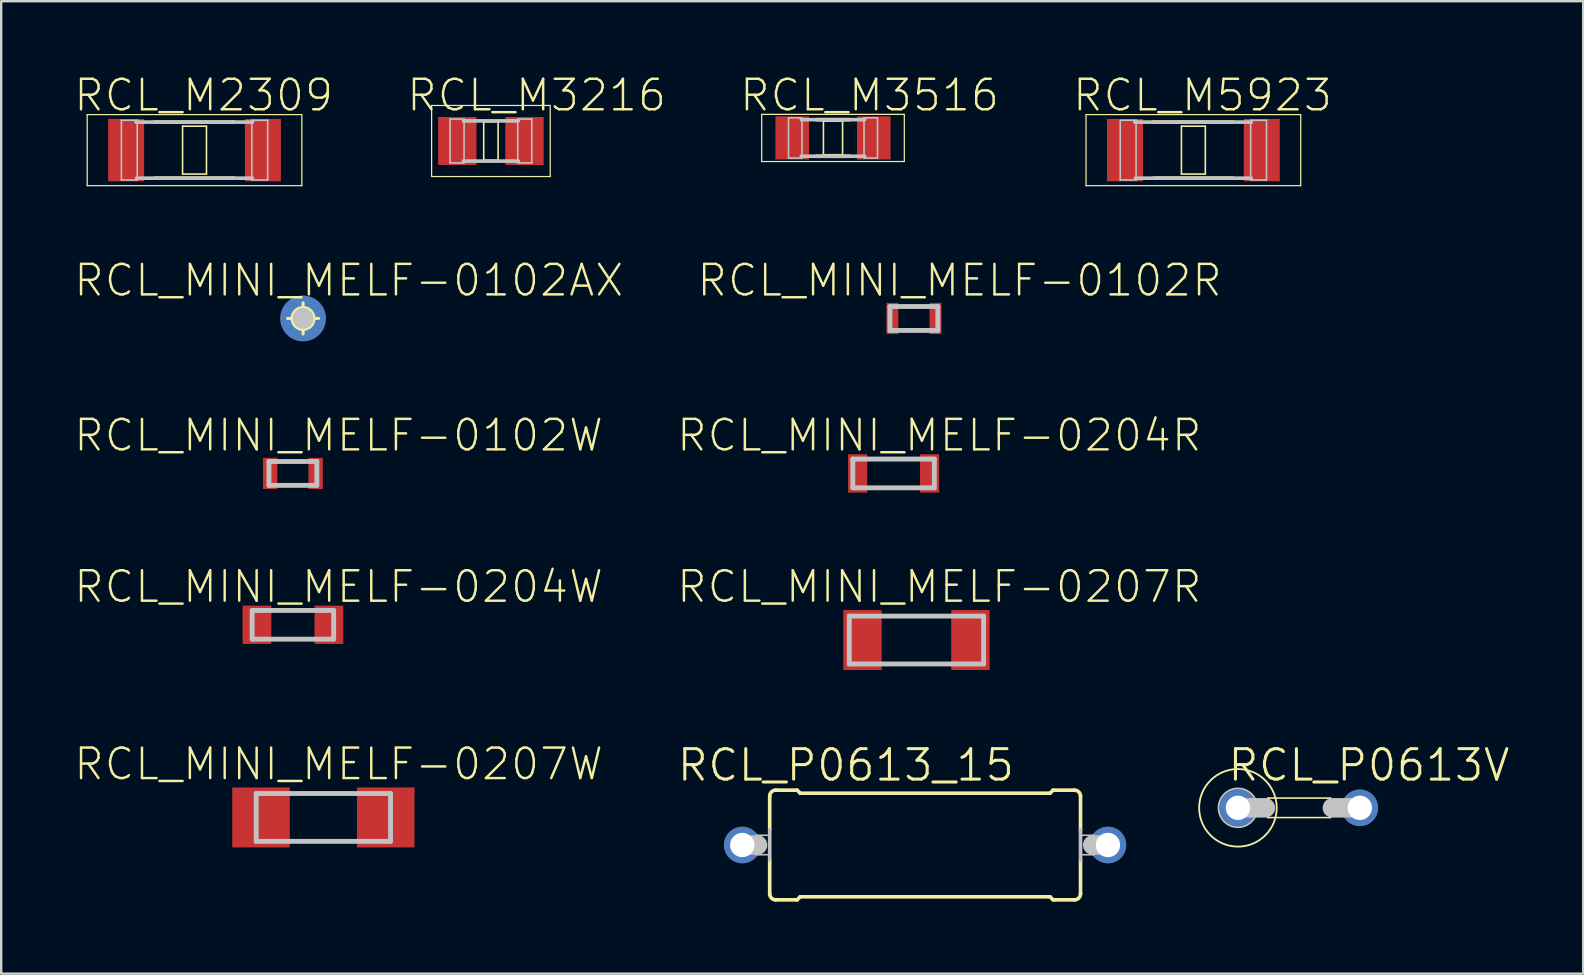
<source format=kicad_pcb>
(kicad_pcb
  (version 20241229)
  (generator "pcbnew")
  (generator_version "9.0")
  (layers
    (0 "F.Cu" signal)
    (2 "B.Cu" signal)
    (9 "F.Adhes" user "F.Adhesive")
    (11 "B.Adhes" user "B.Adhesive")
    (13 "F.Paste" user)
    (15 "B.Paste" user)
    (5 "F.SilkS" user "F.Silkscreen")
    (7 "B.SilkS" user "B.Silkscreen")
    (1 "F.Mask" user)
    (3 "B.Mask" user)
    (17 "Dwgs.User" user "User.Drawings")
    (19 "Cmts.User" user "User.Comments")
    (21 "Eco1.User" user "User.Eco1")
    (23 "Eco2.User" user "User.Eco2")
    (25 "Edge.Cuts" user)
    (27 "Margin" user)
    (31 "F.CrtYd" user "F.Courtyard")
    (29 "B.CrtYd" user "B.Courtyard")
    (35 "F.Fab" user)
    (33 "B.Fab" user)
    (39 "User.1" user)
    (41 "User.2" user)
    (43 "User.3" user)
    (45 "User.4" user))
  (footprint "RCL_M3516"
    (layer "F.Cu")
    (at 31.666 2.699)
    (property "Reference" "RCL_M3516" (at 1.524 -1.778 0) (layer "F.SilkS") (effects (font (size 1.27 1.27) (thickness 0.102))))
    (attr smd)
    (fp_line (start -2.972 -0.983) (end 2.972 -0.983) (stroke (width 0.051) (type solid)) (layer "F.SilkS"))
    (fp_line (start -2.972 0.983) (end -2.972 -0.983) (stroke (width 0.051) (type solid)) (layer "F.SilkS"))
    (fp_line (start -0.399 -0.699) (end 0.399 -0.699) (stroke (width 0.066) (type solid)) (layer "F.SilkS"))
    (fp_line (start -0.399 0.699) (end -0.399 -0.699) (stroke (width 0.066) (type solid)) (layer "F.SilkS"))
    (fp_line (start -0.399 0.699) (end 0.399 0.699) (stroke (width 0.066) (type solid)) (layer "F.SilkS"))
    (fp_line (start 0.399 0.699) (end 0.399 -0.699) (stroke (width 0.066) (type solid)) (layer "F.SilkS"))
    (fp_line (start 0.686 -0.762) (end -0.686 -0.762) (stroke (width 0.152) (type solid)) (layer "F.SilkS"))
    (fp_line (start 0.686 0.762) (end -0.686 0.762) (stroke (width 0.152) (type solid)) (layer "F.SilkS"))
    (fp_line (start 2.972 -0.983) (end 2.972 0.983) (stroke (width 0.051) (type solid)) (layer "F.SilkS"))
    (fp_line (start 2.972 0.983) (end -2.972 0.983) (stroke (width 0.051) (type solid)) (layer "F.SilkS"))
    (fp_line (start -1.854 -0.838) (end -1.293 -0.838) (stroke (width 0.066) (type solid)) (layer "Dwgs.User"))
    (fp_line (start -1.854 0.838) (end -1.854 -0.838) (stroke (width 0.066) (type solid)) (layer "Dwgs.User"))
    (fp_line (start -1.854 0.838) (end -1.293 0.838) (stroke (width 0.066) (type solid)) (layer "Dwgs.User"))
    (fp_line (start -1.293 0.838) (end -1.293 -0.838) (stroke (width 0.066) (type solid)) (layer "Dwgs.User"))
    (fp_line (start 1.293 -0.838) (end 1.854 -0.838) (stroke (width 0.066) (type solid)) (layer "Dwgs.User"))
    (fp_line (start 1.293 0.838) (end 1.293 -0.838) (stroke (width 0.066) (type solid)) (layer "Dwgs.User"))
    (fp_line (start 1.293 0.838) (end 1.854 0.838) (stroke (width 0.066) (type solid)) (layer "Dwgs.User"))
    (fp_line (start 1.321 -0.762) (end -1.321 -0.762) (stroke (width 0.152) (type solid)) (layer "Dwgs.User"))
    (fp_line (start 1.321 0.762) (end -1.321 0.762) (stroke (width 0.152) (type solid)) (layer "Dwgs.User"))
    (fp_line (start 1.854 0.838) (end 1.854 -0.838) (stroke (width 0.066) (type solid)) (layer "Dwgs.User"))
    (pad "1" smd rect (at -1.699 0) (size 1.4 1.798) (layers "F.Cu" "F.Mask" "F.Paste"))
    (pad "2" smd rect (at 1.699 0) (size 1.4 1.798) (layers "F.Cu" "F.Mask" "F.Paste")))
  (footprint "RCL_MINI_MELF-0102R"
    (layer "F.Cu")
    (at 35.038 10.222)
    (property "Reference" "RCL_MINI_MELF-0102R" (at 1.905 -1.587 0) (layer "F.SilkS") (effects (font (size 1.27 1.27) (thickness 0.102))))
    (attr smd)
    (fp_line (start -0.998 -0.498) (end -0.998 0.498) (stroke (width 0.203) (type solid)) (layer "Dwgs.User"))
    (fp_line (start -0.998 0.498) (end 0.998 0.498) (stroke (width 0.203) (type solid)) (layer "Dwgs.User"))
    (fp_line (start 0.998 -0.498) (end -0.998 -0.498) (stroke (width 0.203) (type solid)) (layer "Dwgs.User"))
    (fp_line (start 0.998 0.498) (end 0.998 -0.498) (stroke (width 0.203) (type solid)) (layer "Dwgs.User"))
    (pad "1" smd rect (at -0.899 0) (size 0.498 1.298) (layers "F.Cu" "F.Mask" "F.Paste"))
    (pad "2" smd rect (at 0.899 0) (size 0.498 1.298) (layers "F.Cu" "F.Mask" "F.Paste")))
  (footprint "RCL_P0613V"
    (layer "F.Cu")
    (at 51.082 30.617)
    (property "Reference" "RCL_P0613V" (at 2.921 -1.778 0) (layer "F.SilkS") (effects (font (size 1.27 1.27) (thickness 0.127))))
    (attr exclude_from_pos_files exclude_from_bom)
    (fp_line (start -1.293 -0.406) (end 1.321 -0.406) (stroke (width 0.066) (type solid)) (layer "F.SilkS"))
    (fp_line (start -1.293 0.406) (end -1.293 -0.406) (stroke (width 0.066) (type solid)) (layer "F.SilkS"))
    (fp_line (start -1.293 0.406) (end 1.321 0.406) (stroke (width 0.066) (type solid)) (layer "F.SilkS"))
    (fp_line (start 1.321 0.406) (end 1.321 -0.406) (stroke (width 0.066) (type solid)) (layer "F.SilkS"))
    (fp_circle (center -2.54 0) (end -3.683 1.143) (stroke (width 0.076) (type solid)) (fill no) (layer "F.SilkS"))
    (fp_line (start -2.54 0) (end -1.397 0) (stroke (width 0.813) (type solid)) (layer "Dwgs.User"))
    (fp_line (start 2.54 0) (end 1.397 0) (stroke (width 0.813) (type solid)) (layer "Dwgs.User"))
    (fp_circle (center -2.54 0) (end -3.111 0.572) (stroke (width 0.076) (type solid)) (fill no) (layer "Dwgs.User"))
    (pad "1" thru_hole circle (at -2.54 0) (size 1.524 1.524) (drill 1.016) (layers "*.Cu" "*.Paste" "*.Mask"))
    (pad "2" thru_hole circle (at 2.54 0) (size 1.524 1.524) (drill 1.016) (layers "*.Cu" "*.Paste" "*.Mask")))
  (footprint "RCL_MINI_MELF-0204W"
    (layer "F.Cu")
    (at 9.157 22.989)
    (property "Reference" "RCL_MINI_MELF-0204W" (at 1.905 -1.587 0) (layer "F.SilkS") (effects (font (size 1.27 1.27) (thickness 0.102))))
    (attr smd)
    (fp_line (start -1.699 -0.599) (end -1.699 0.599) (stroke (width 0.203) (type solid)) (layer "Dwgs.User"))
    (fp_line (start -1.699 0.599) (end 1.699 0.599) (stroke (width 0.203) (type solid)) (layer "Dwgs.User"))
    (fp_line (start 1.699 -0.599) (end -1.699 -0.599) (stroke (width 0.203) (type solid)) (layer "Dwgs.User"))
    (fp_line (start 1.699 0.599) (end 1.699 -0.599) (stroke (width 0.203) (type solid)) (layer "Dwgs.User"))
    (pad "1" smd rect (at -1.499 0) (size 1.199 1.598) (layers "F.Cu" "F.Mask" "F.Paste"))
    (pad "2" smd rect (at 1.499 0) (size 1.199 1.598) (layers "F.Cu" "F.Mask" "F.Paste")))
  (footprint "RCL_MINI_MELF-0102W"
    (layer "F.Cu")
    (at 9.157 16.681)
    (property "Reference" "RCL_MINI_MELF-0102W" (at 1.905 -1.587 0) (layer "F.SilkS") (effects (font (size 1.27 1.27) (thickness 0.102))))
    (attr smd)
    (fp_line (start -0.998 -0.498) (end -0.998 0.498) (stroke (width 0.203) (type solid)) (layer "Dwgs.User"))
    (fp_line (start -0.998 0.498) (end 0.998 0.498) (stroke (width 0.203) (type solid)) (layer "Dwgs.User"))
    (fp_line (start 0.998 -0.498) (end -0.998 -0.498) (stroke (width 0.203) (type solid)) (layer "Dwgs.User"))
    (fp_line (start 0.998 0.498) (end 0.998 -0.498) (stroke (width 0.203) (type solid)) (layer "Dwgs.User"))
    (pad "1" smd rect (at -0.95 0) (size 0.599 1.298) (layers "F.Cu" "F.Mask" "F.Paste"))
    (pad "2" smd rect (at 0.947 0) (size 0.599 1.298) (layers "F.Cu" "F.Mask" "F.Paste")))
  (footprint "RCL_MINI_MELF-0207R"
    (layer "F.Cu")
    (at 35.144 23.624)
    (property "Reference" "RCL_MINI_MELF-0207R" (at 0.953 -2.223 0) (layer "F.SilkS") (effects (font (size 1.27 1.27) (thickness 0.102))))
    (attr smd)
    (fp_line (start -2.799 -0.998) (end -2.799 0.998) (stroke (width 0.203) (type solid)) (layer "Dwgs.User"))
    (fp_line (start -2.799 0.998) (end 2.799 0.998) (stroke (width 0.203) (type solid)) (layer "Dwgs.User"))
    (fp_line (start 2.799 -0.998) (end -2.799 -0.998) (stroke (width 0.203) (type solid)) (layer "Dwgs.User"))
    (fp_line (start 2.799 0.998) (end 2.799 -0.998) (stroke (width 0.203) (type solid)) (layer "Dwgs.User"))
    (pad "1" smd rect (at -2.248 0) (size 1.598 2.499) (layers "F.Cu" "F.Mask" "F.Paste"))
    (pad "2" smd rect (at 2.248 0) (size 1.598 2.499) (layers "F.Cu" "F.Mask" "F.Paste")))
  (footprint "RCL_MINI_MELF-0102AX"
    (layer "F.Cu")
    (at 9.581 10.222)
    (property "Reference" "RCL_MINI_MELF-0102AX" (at 1.905 -1.587 0) (layer "F.SilkS") (effects (font (size 1.27 1.27) (thickness 0.102))))
    (attr smd)
    (fp_line (start -0.648 0) (end 0.648 0) (stroke (width 0.127) (type solid)) (layer "F.SilkS"))
    (fp_line (start 0 0.648) (end 0 -0.648) (stroke (width 0.127) (type solid)) (layer "F.SilkS"))
    (fp_circle (center 0 0) (end -0.323 0.323) (stroke (width 0.127) (type solid)) (fill no) (layer "F.SilkS"))
    (fp_circle (center 0 0) (end -0.3 0.3) (stroke (width 0) (type solid)) (fill yes) (layer "Dwgs.User"))
    (fp_circle (center 0 0) (end -0.3 0.3) (stroke (width 0) (type solid)) (fill yes) (layer "Dwgs.User"))
    (pad "1" smd circle (at 0 0) (size 1.9 1.9) (layers "F.Cu" "F.Mask" "F.Paste"))
    (pad "2" smd circle (at 0 0) (size 1.9 1.9) (layers "B.Cu" "B.Mask")))
  (footprint "RCL_P0613_15"
    (layer "F.Cu")
    (at 35.505 32.166)
    (property "Reference" "RCL_P0613_15" (at -3.302 -3.327 0) (layer "F.SilkS") (effects (font (size 1.27 1.27) (thickness 0.127))))
    (attr exclude_from_pos_files exclude_from_bom)
    (fp_line (start -6.477 -0.635) (end -6.477 -2.032) (stroke (width 0.152) (type solid)) (layer "F.SilkS"))
    (fp_line (start -6.477 2.032) (end -6.477 0.635) (stroke (width 0.152) (type solid)) (layer "F.SilkS"))
    (fp_line (start -6.223 -2.286) (end -5.334 -2.286) (stroke (width 0.152) (type solid)) (layer "F.SilkS"))
    (fp_line (start -6.223 2.286) (end -5.334 2.286) (stroke (width 0.152) (type solid)) (layer "F.SilkS"))
    (fp_line (start -5.207 -2.159) (end -5.334 -2.286) (stroke (width 0.152) (type solid)) (layer "F.SilkS"))
    (fp_line (start -5.207 2.159) (end -5.334 2.286) (stroke (width 0.152) (type solid)) (layer "F.SilkS"))
    (fp_line (start 5.207 -2.159) (end -5.207 -2.159) (stroke (width 0.152) (type solid)) (layer "F.SilkS"))
    (fp_line (start 5.207 -2.159) (end 5.334 -2.286) (stroke (width 0.152) (type solid)) (layer "F.SilkS"))
    (fp_line (start 5.207 2.159) (end -5.207 2.159) (stroke (width 0.152) (type solid)) (layer "F.SilkS"))
    (fp_line (start 5.207 2.159) (end 5.334 2.286) (stroke (width 0.152) (type solid)) (layer "F.SilkS"))
    (fp_line (start 6.223 -2.286) (end 5.334 -2.286) (stroke (width 0.152) (type solid)) (layer "F.SilkS"))
    (fp_line (start 6.223 2.286) (end 5.334 2.286) (stroke (width 0.152) (type solid)) (layer "F.SilkS"))
    (fp_line (start 6.477 -2.032) (end 6.477 -0.635) (stroke (width 0.152) (type solid)) (layer "F.SilkS"))
    (fp_line (start 6.477 0.635) (end 6.477 2.032) (stroke (width 0.152) (type solid)) (layer "F.SilkS"))
    (fp_arc (start -6.477 -2.032) (mid -6.402605 -2.211605) (end -6.223 -2.286) (stroke (width 0.1524) (type solid)) (layer "F.SilkS"))
    (fp_arc (start -6.223 2.286) (mid -6.402605 2.211605) (end -6.477 2.032) (stroke (width 0.1524) (type solid)) (layer "F.SilkS"))
    (fp_arc (start 6.223 -2.286) (mid 6.402605 -2.211605) (end 6.477 -2.032) (stroke (width 0.1524) (type solid)) (layer "F.SilkS"))
    (fp_arc (start 6.477 2.032) (mid 6.402605 2.211605) (end 6.223 2.286) (stroke (width 0.1524) (type solid)) (layer "F.SilkS"))
    (fp_line (start -7.62 0) (end -6.985 0) (stroke (width 0.813) (type solid)) (layer "Dwgs.User"))
    (fp_line (start -7.036 -0.406) (end -6.477 -0.406) (stroke (width 0.066) (type solid)) (layer "Dwgs.User"))
    (fp_line (start -7.036 0.406) (end -7.036 -0.406) (stroke (width 0.066) (type solid)) (layer "Dwgs.User"))
    (fp_line (start -7.036 0.406) (end -6.477 0.406) (stroke (width 0.066) (type solid)) (layer "Dwgs.User"))
    (fp_line (start -6.477 -0.635) (end -6.477 0.635) (stroke (width 0.152) (type solid)) (layer "Dwgs.User"))
    (fp_line (start -6.477 0.406) (end -6.477 -0.406) (stroke (width 0.066) (type solid)) (layer "Dwgs.User"))
    (fp_line (start 6.477 -0.406) (end 7.036 -0.406) (stroke (width 0.066) (type solid)) (layer "Dwgs.User"))
    (fp_line (start 6.477 0.406) (end 6.477 -0.406) (stroke (width 0.066) (type solid)) (layer "Dwgs.User"))
    (fp_line (start 6.477 0.406) (end 7.036 0.406) (stroke (width 0.066) (type solid)) (layer "Dwgs.User"))
    (fp_line (start 6.477 0.635) (end 6.477 -0.635) (stroke (width 0.152) (type solid)) (layer "Dwgs.User"))
    (fp_line (start 7.036 0.406) (end 7.036 -0.406) (stroke (width 0.066) (type solid)) (layer "Dwgs.User"))
    (fp_line (start 7.62 0) (end 6.985 0) (stroke (width 0.813) (type solid)) (layer "Dwgs.User"))
    (pad "1" thru_hole circle (at -7.62 0) (size 1.524 1.524) (drill 1.016) (layers "*.Cu" "*.Paste" "*.Mask"))
    (pad "2" thru_hole circle (at 7.62 0) (size 1.524 1.524) (drill 1.016) (layers "*.Cu" "*.Paste" "*.Mask")))
  (footprint "RCL_M2309"
    (layer "F.Cu")
    (at 5.057 3.207)
    (property "Reference" "RCL_M2309" (at 0.381 -2.286 0) (layer "F.SilkS") (effects (font (size 1.27 1.27) (thickness 0.102))))
    (attr smd)
    (fp_line (start -4.473 -1.481) (end 4.473 -1.481) (stroke (width 0.051) (type solid)) (layer "F.SilkS"))
    (fp_line (start -4.473 1.481) (end -4.473 -1.481) (stroke (width 0.051) (type solid)) (layer "F.SilkS"))
    (fp_line (start -0.498 -0.998) (end 0.498 -0.998) (stroke (width 0.066) (type solid)) (layer "F.SilkS"))
    (fp_line (start -0.498 0.998) (end -0.498 -0.998) (stroke (width 0.066) (type solid)) (layer "F.SilkS"))
    (fp_line (start -0.498 0.998) (end 0.498 0.998) (stroke (width 0.066) (type solid)) (layer "F.SilkS"))
    (fp_line (start 0.498 0.998) (end 0.498 -0.998) (stroke (width 0.066) (type solid)) (layer "F.SilkS"))
    (fp_line (start 1.651 -1.168) (end -1.676 -1.168) (stroke (width 0.152) (type solid)) (layer "F.SilkS"))
    (fp_line (start 1.651 1.168) (end -1.651 1.168) (stroke (width 0.152) (type solid)) (layer "F.SilkS"))
    (fp_line (start 4.473 -1.481) (end 4.473 1.481) (stroke (width 0.051) (type solid)) (layer "F.SilkS"))
    (fp_line (start 4.473 1.481) (end -4.473 1.481) (stroke (width 0.051) (type solid)) (layer "F.SilkS"))
    (fp_line (start -3.048 -1.245) (end -2.388 -1.245) (stroke (width 0.066) (type solid)) (layer "Dwgs.User"))
    (fp_line (start -3.048 1.245) (end -3.048 -1.245) (stroke (width 0.066) (type solid)) (layer "Dwgs.User"))
    (fp_line (start -3.048 1.245) (end -2.388 1.245) (stroke (width 0.066) (type solid)) (layer "Dwgs.User"))
    (fp_line (start -2.388 1.245) (end -2.388 -1.245) (stroke (width 0.066) (type solid)) (layer "Dwgs.User"))
    (fp_line (start 2.388 -1.245) (end 3.048 -1.245) (stroke (width 0.066) (type solid)) (layer "Dwgs.User"))
    (fp_line (start 2.388 1.245) (end 2.388 -1.245) (stroke (width 0.066) (type solid)) (layer "Dwgs.User"))
    (fp_line (start 2.388 1.245) (end 3.048 1.245) (stroke (width 0.066) (type solid)) (layer "Dwgs.User"))
    (fp_line (start 2.413 -1.168) (end -2.438 -1.168) (stroke (width 0.152) (type solid)) (layer "Dwgs.User"))
    (fp_line (start 2.413 1.168) (end -2.413 1.168) (stroke (width 0.152) (type solid)) (layer "Dwgs.User"))
    (fp_line (start 3.048 1.245) (end 3.048 -1.245) (stroke (width 0.066) (type solid)) (layer "Dwgs.User"))
    (pad "1" smd rect (at -2.85 0) (size 1.499 2.598) (layers "F.Cu" "F.Mask" "F.Paste"))
    (pad "2" smd rect (at 2.85 0) (size 1.499 2.598) (layers "F.Cu" "F.Mask" "F.Paste")))
  (footprint "RCL_M5923"
    (layer "F.Cu")
    (at 46.685 3.207)
    (property "Reference" "RCL_M5923" (at 0.381 -2.286 0) (layer "F.SilkS") (effects (font (size 1.27 1.27) (thickness 0.102))))
    (attr smd)
    (fp_line (start -4.473 -1.481) (end 4.473 -1.481) (stroke (width 0.051) (type solid)) (layer "F.SilkS"))
    (fp_line (start -4.473 1.481) (end -4.473 -1.481) (stroke (width 0.051) (type solid)) (layer "F.SilkS"))
    (fp_line (start -0.498 -0.998) (end 0.498 -0.998) (stroke (width 0.066) (type solid)) (layer "F.SilkS"))
    (fp_line (start -0.498 0.998) (end -0.498 -0.998) (stroke (width 0.066) (type solid)) (layer "F.SilkS"))
    (fp_line (start -0.498 0.998) (end 0.498 0.998) (stroke (width 0.066) (type solid)) (layer "F.SilkS"))
    (fp_line (start 0.498 0.998) (end 0.498 -0.998) (stroke (width 0.066) (type solid)) (layer "F.SilkS"))
    (fp_line (start 1.651 -1.168) (end -1.676 -1.168) (stroke (width 0.152) (type solid)) (layer "F.SilkS"))
    (fp_line (start 1.651 1.168) (end -1.651 1.168) (stroke (width 0.152) (type solid)) (layer "F.SilkS"))
    (fp_line (start 4.473 -1.481) (end 4.473 1.481) (stroke (width 0.051) (type solid)) (layer "F.SilkS"))
    (fp_line (start 4.473 1.481) (end -4.473 1.481) (stroke (width 0.051) (type solid)) (layer "F.SilkS"))
    (fp_line (start -3.048 -1.245) (end -2.388 -1.245) (stroke (width 0.066) (type solid)) (layer "Dwgs.User"))
    (fp_line (start -3.048 1.245) (end -3.048 -1.245) (stroke (width 0.066) (type solid)) (layer "Dwgs.User"))
    (fp_line (start -3.048 1.245) (end -2.388 1.245) (stroke (width 0.066) (type solid)) (layer "Dwgs.User"))
    (fp_line (start -2.388 1.245) (end -2.388 -1.245) (stroke (width 0.066) (type solid)) (layer "Dwgs.User"))
    (fp_line (start 2.388 -1.245) (end 3.048 -1.245) (stroke (width 0.066) (type solid)) (layer "Dwgs.User"))
    (fp_line (start 2.388 1.245) (end 2.388 -1.245) (stroke (width 0.066) (type solid)) (layer "Dwgs.User"))
    (fp_line (start 2.388 1.245) (end 3.048 1.245) (stroke (width 0.066) (type solid)) (layer "Dwgs.User"))
    (fp_line (start 2.413 -1.168) (end -2.438 -1.168) (stroke (width 0.152) (type solid)) (layer "Dwgs.User"))
    (fp_line (start 2.413 1.168) (end -2.413 1.168) (stroke (width 0.152) (type solid)) (layer "Dwgs.User"))
    (fp_line (start 3.048 1.245) (end 3.048 -1.245) (stroke (width 0.066) (type solid)) (layer "Dwgs.User"))
    (pad "1" smd rect (at -2.85 0) (size 1.499 2.598) (layers "F.Cu" "F.Mask" "F.Paste"))
    (pad "2" smd rect (at 2.85 0) (size 1.499 2.598) (layers "F.Cu" "F.Mask" "F.Paste")))
  (footprint "RCL_MINI_MELF-0204R"
    (layer "F.Cu")
    (at 34.191 16.681)
    (property "Reference" "RCL_MINI_MELF-0204R" (at 1.905 -1.587 0) (layer "F.SilkS") (effects (font (size 1.27 1.27) (thickness 0.102))))
    (attr smd)
    (fp_line (start -1.699 -0.599) (end -1.699 0.599) (stroke (width 0.203) (type solid)) (layer "Dwgs.User"))
    (fp_line (start -1.699 0.599) (end 1.699 0.599) (stroke (width 0.203) (type solid)) (layer "Dwgs.User"))
    (fp_line (start 1.699 -0.599) (end -1.699 -0.599) (stroke (width 0.203) (type solid)) (layer "Dwgs.User"))
    (fp_line (start 1.699 0.599) (end 1.699 -0.599) (stroke (width 0.203) (type solid)) (layer "Dwgs.User"))
    (pad "1" smd rect (at -1.499 0) (size 0.798 1.598) (layers "F.Cu" "F.Mask" "F.Paste"))
    (pad "2" smd rect (at 1.499 0) (size 0.798 1.598) (layers "F.Cu" "F.Mask" "F.Paste")))
  (footprint "RCL_MINI_MELF-0207W"
    (layer "F.Cu")
    (at 10.427 31.017)
    (property "Reference" "RCL_MINI_MELF-0207W" (at 0.635 -2.223 0) (layer "F.SilkS") (effects (font (size 1.27 1.27) (thickness 0.102))))
    (attr smd)
    (fp_line (start -2.799 -0.998) (end -2.799 0.998) (stroke (width 0.203) (type solid)) (layer "Dwgs.User"))
    (fp_line (start -2.799 0.998) (end 2.799 0.998) (stroke (width 0.203) (type solid)) (layer "Dwgs.User"))
    (fp_line (start 2.799 -0.998) (end -2.799 -0.998) (stroke (width 0.203) (type solid)) (layer "Dwgs.User"))
    (fp_line (start 2.799 0.998) (end 2.799 -0.998) (stroke (width 0.203) (type solid)) (layer "Dwgs.User"))
    (pad "1" smd rect (at -2.598 0) (size 2.398 2.499) (layers "F.Cu" "F.Mask" "F.Paste"))
    (pad "2" smd rect (at 2.598 0) (size 2.398 2.499) (layers "F.Cu" "F.Mask" "F.Paste")))
  (footprint "RCL_M3216"
    (layer "F.Cu")
    (at 17.409 2.826)
    (property "Reference" "RCL_M3216" (at 1.905 -1.905 0) (layer "F.SilkS") (effects (font (size 1.27 1.27) (thickness 0.102))))
    (attr smd)
    (fp_line (start -2.471 -1.481) (end 2.471 -1.481) (stroke (width 0.051) (type solid)) (layer "F.SilkS"))
    (fp_line (start -2.471 1.481) (end -2.471 -1.481) (stroke (width 0.051) (type solid)) (layer "F.SilkS"))
    (fp_line (start -0.3 -0.8) (end 0.3 -0.8) (stroke (width 0.066) (type solid)) (layer "F.SilkS"))
    (fp_line (start -0.3 0.8) (end -0.3 -0.8) (stroke (width 0.066) (type solid)) (layer "F.SilkS"))
    (fp_line (start -0.3 0.8) (end 0.3 0.8) (stroke (width 0.066) (type solid)) (layer "F.SilkS"))
    (fp_line (start 0.3 0.8) (end 0.3 -0.8) (stroke (width 0.066) (type solid)) (layer "F.SilkS"))
    (fp_line (start 2.471 -1.481) (end 2.471 1.481) (stroke (width 0.051) (type solid)) (layer "F.SilkS"))
    (fp_line (start 2.471 1.481) (end -2.471 1.481) (stroke (width 0.051) (type solid)) (layer "F.SilkS"))
    (fp_line (start -1.702 -0.914) (end -1.118 -0.914) (stroke (width 0.066) (type solid)) (layer "Dwgs.User"))
    (fp_line (start -1.702 0.914) (end -1.702 -0.914) (stroke (width 0.066) (type solid)) (layer "Dwgs.User"))
    (fp_line (start -1.702 0.914) (end -1.118 0.914) (stroke (width 0.066) (type solid)) (layer "Dwgs.User"))
    (fp_line (start -1.118 0.914) (end -1.118 -0.914) (stroke (width 0.066) (type solid)) (layer "Dwgs.User"))
    (fp_line (start 1.118 -0.914) (end 1.702 -0.914) (stroke (width 0.066) (type solid)) (layer "Dwgs.User"))
    (fp_line (start 1.118 0.914) (end 1.118 -0.914) (stroke (width 0.066) (type solid)) (layer "Dwgs.User"))
    (fp_line (start 1.118 0.914) (end 1.702 0.914) (stroke (width 0.066) (type solid)) (layer "Dwgs.User"))
    (fp_line (start 1.143 -0.838) (end -1.143 -0.838) (stroke (width 0.152) (type solid)) (layer "Dwgs.User"))
    (fp_line (start 1.143 0.838) (end -1.143 0.838) (stroke (width 0.152) (type solid)) (layer "Dwgs.User"))
    (fp_line (start 1.702 0.914) (end 1.702 -0.914) (stroke (width 0.066) (type solid)) (layer "Dwgs.User"))
    (pad "1" smd rect (at -1.4 0) (size 1.598 1.999) (layers "F.Cu" "F.Mask" "F.Paste"))
    (pad "2" smd rect (at 1.4 0) (size 1.598 1.999) (layers "F.Cu" "F.Mask" "F.Paste")))
  (gr_rect
    (start -3 -3)
    (end 62.933 37.529)
    (stroke (width 0.1) (type default))
    (fill no)
    (layer "Edge.Cuts")))
</source>
